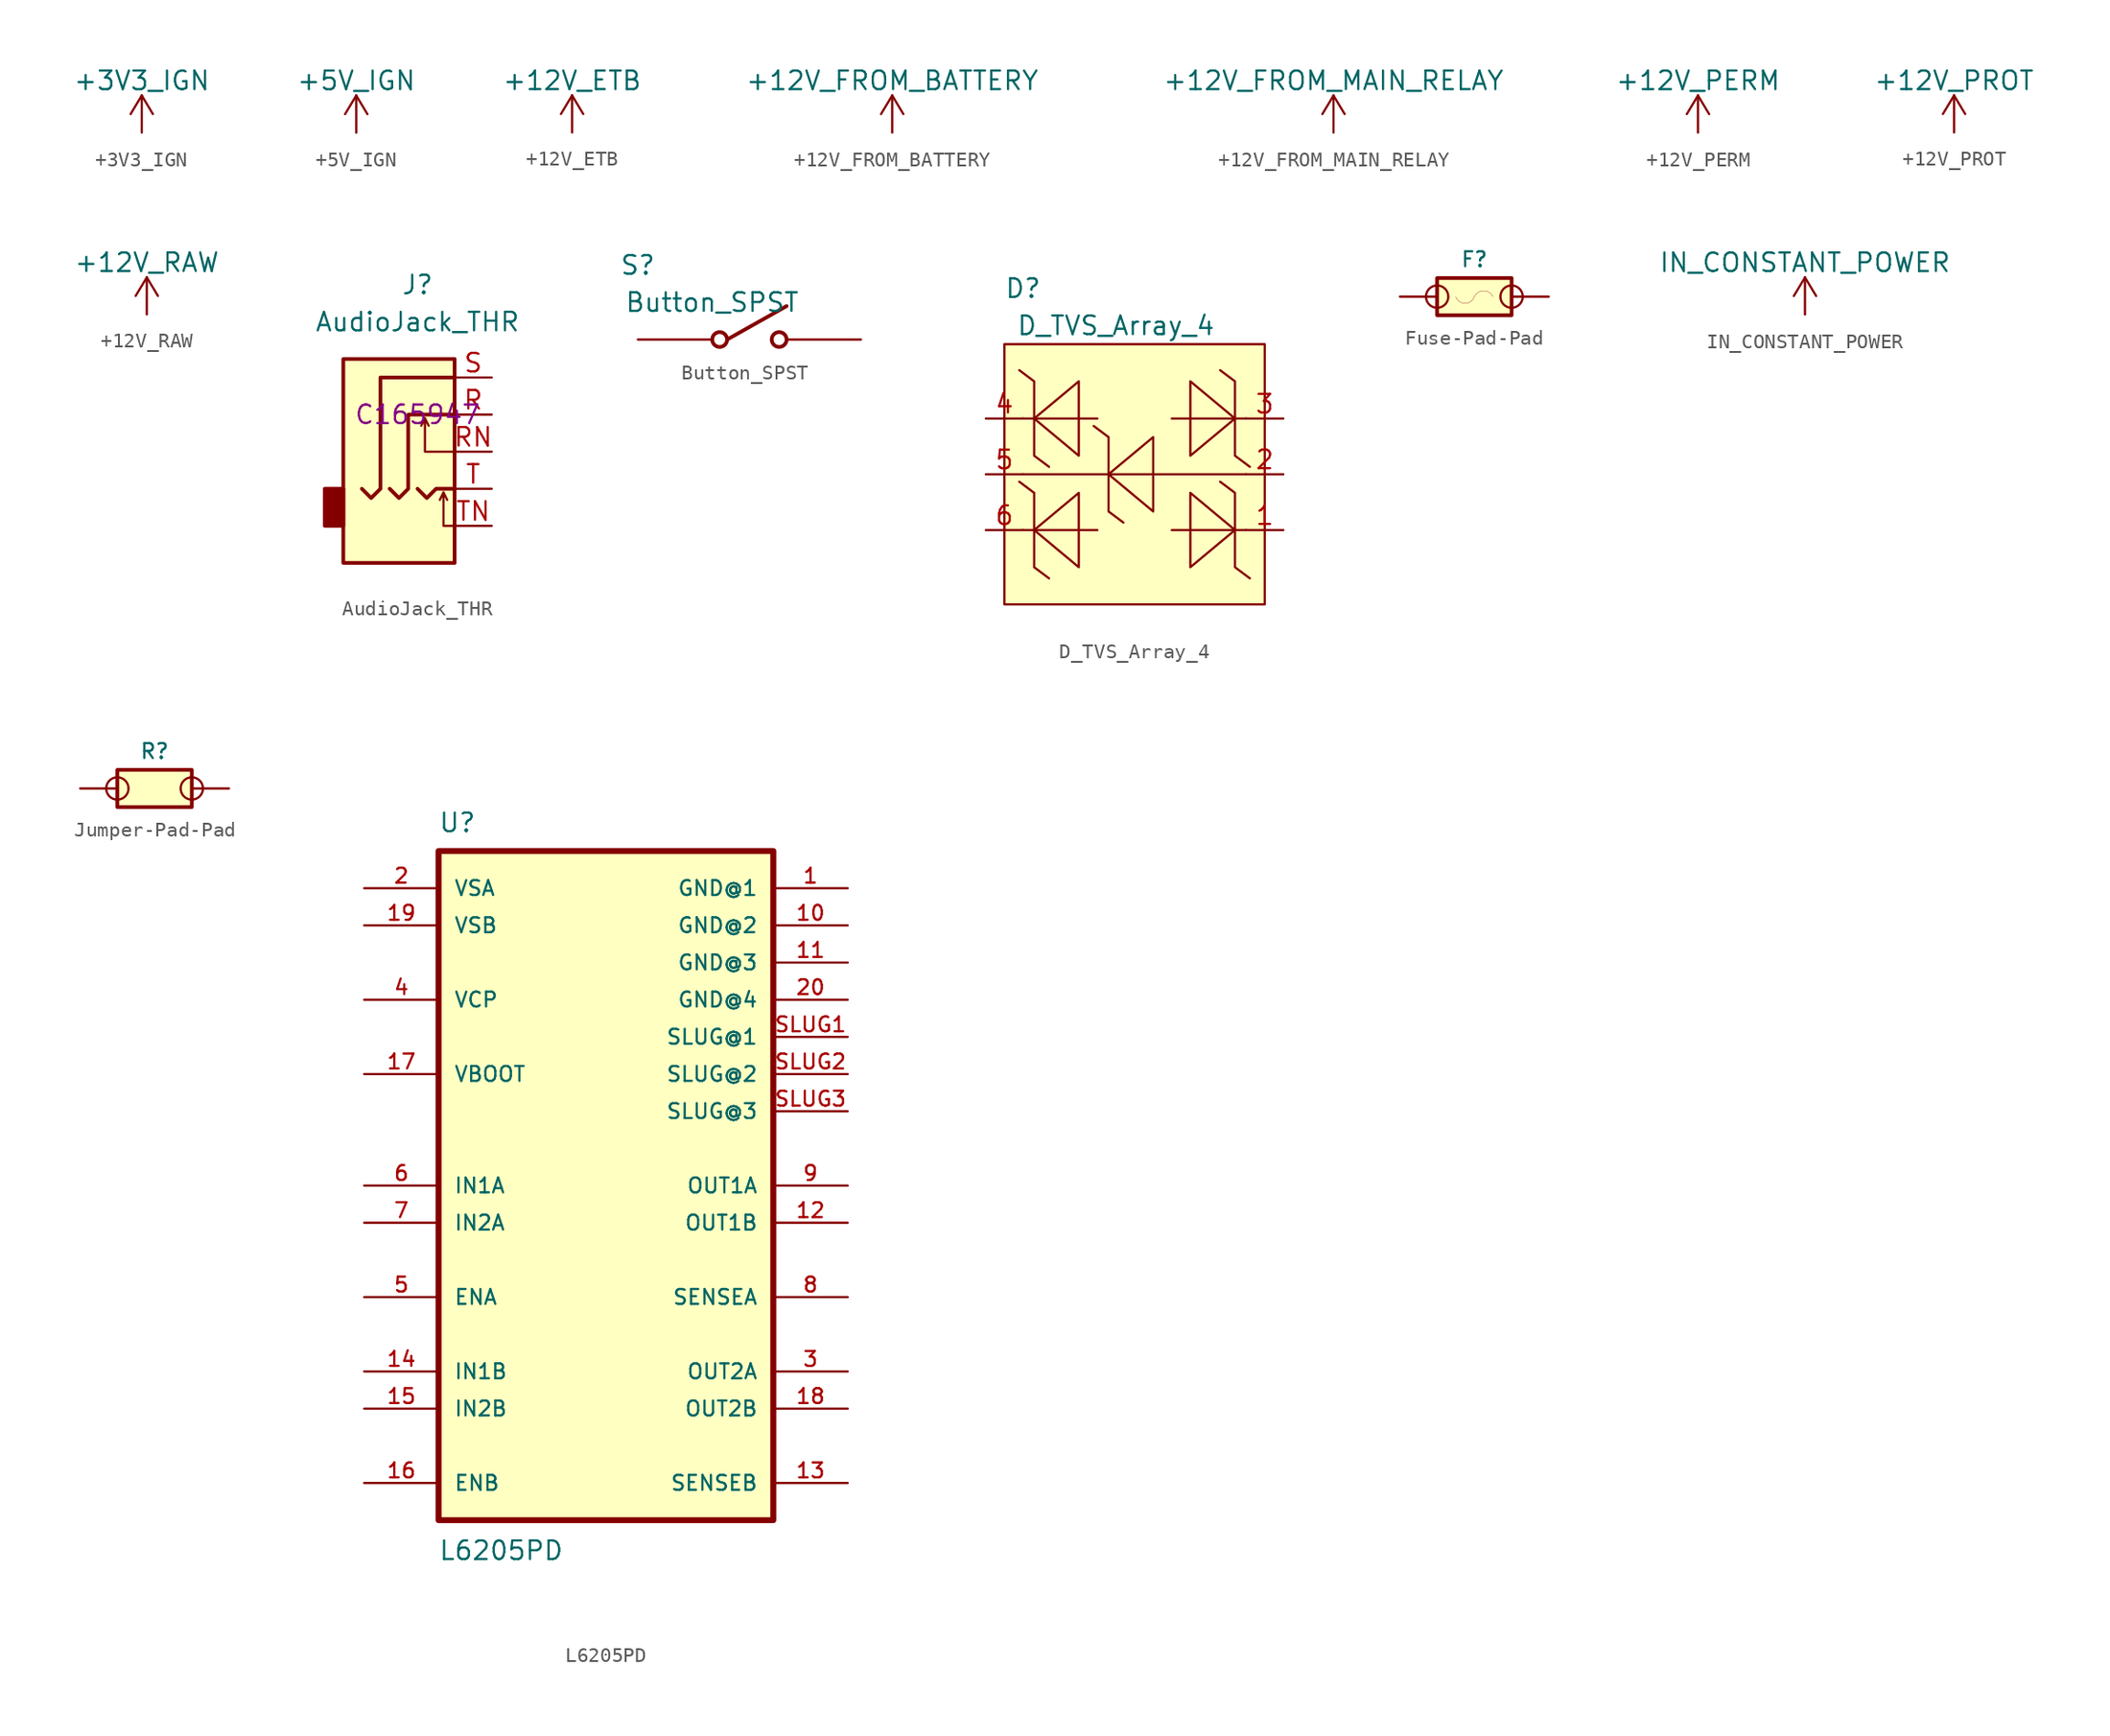
<source format=kicad_sym>
(kicad_symbol_lib
  (version 20231120)
  (generator "kicad_symbol_editor")
  (generator_version "8.0")
  (symbol "+3V3_IGN"
    (power)
    (pin_names
      (offset 0))
    (property "Reference" "#PWR"
      (at 0 -3.81 0)
      (effects (font (size 1.27 1.27)) (hide yes)))
    (property "Value" "+3V3_IGN"
      (at 0 3.556 0)
      (effects (font (size 1.27 1.27))))
    (symbol "+3V3_IGN_0_1"
      (polyline (pts (xy -0.762 1.27) (xy 0 2.54)) (stroke (width 0) (type default)) (fill (type none)))
      (polyline (pts (xy 0 0) (xy 0 2.54)) (stroke (width 0) (type default)) (fill (type none)))
      (polyline (pts (xy 0 2.54) (xy 0.762 1.27)) (stroke (width 0) (type default)) (fill (type none))))
    (symbol "+3V3_IGN_1_1"
      (pin power_in line (at 0 0 90) (length 0) hide (name "+3V3_IGN" (effects (font (size 1.27 1.27)))) (number "1" (effects (font (size 1.27 1.27)))))))
  (symbol "+5V_IGN"
    (power)
    (pin_names
      (offset 0))
    (property "Reference" "#PWR"
      (at 0 -3.81 0)
      (effects (font (size 1.27 1.27)) (hide yes)))
    (property "Value" "+5V_IGN"
      (at 0 3.556 0)
      (effects (font (size 1.27 1.27))))
    (symbol "+5V_IGN_0_1"
      (polyline (pts (xy -0.762 1.27) (xy 0 2.54)) (stroke (width 0) (type default)) (fill (type none)))
      (polyline (pts (xy 0 0) (xy 0 2.54)) (stroke (width 0) (type default)) (fill (type none)))
      (polyline (pts (xy 0 2.54) (xy 0.762 1.27)) (stroke (width 0) (type default)) (fill (type none))))
    (symbol "+5V_IGN_1_1"
      (pin power_in line (at 0 0 90) (length 0) hide (name "+5V_IGN" (effects (font (size 1.27 1.27)))) (number "1" (effects (font (size 1.27 1.27)))))))
  (symbol "+12V_ETB"
    (power)
    (pin_names
      (offset 0))
    (property "Reference" "#PWR"
      (at 0 -3.81 0)
      (effects (font (size 1.27 1.27)) (hide yes)))
    (property "Value" "+12V_ETB"
      (at 0 3.556 0)
      (effects (font (size 1.27 1.27))))
    (symbol "+12V_ETB_0_1"
      (polyline (pts (xy -0.762 1.27) (xy 0 2.54)) (stroke (width 0) (type default)) (fill (type none)))
      (polyline (pts (xy 0 0) (xy 0 2.54)) (stroke (width 0) (type default)) (fill (type none)))
      (polyline (pts (xy 0 2.54) (xy 0.762 1.27)) (stroke (width 0) (type default)) (fill (type none))))
    (symbol "+12V_ETB_1_1"
      (pin power_in line (at 0 0 90) (length 0) hide (name "+12V_ETB" (effects (font (size 1.27 1.27)))) (number "1" (effects (font (size 1.27 1.27)))))))
  (symbol "+12V_FROM_BATTERY"
    (power)
    (pin_names
      (offset 0))
    (property "Reference" "#PWR"
      (at 0 -3.81 0)
      (effects (font (size 1.27 1.27)) (hide yes)))
    (property "Value" "+12V_FROM_BATTERY"
      (at 0 3.556 0)
      (effects (font (size 1.27 1.27))))
    (symbol "+12V_FROM_BATTERY_0_1"
      (polyline (pts (xy -0.762 1.27) (xy 0 2.54)) (stroke (width 0) (type default)) (fill (type none)))
      (polyline (pts (xy 0 0) (xy 0 2.54)) (stroke (width 0) (type default)) (fill (type none)))
      (polyline (pts (xy 0 2.54) (xy 0.762 1.27)) (stroke (width 0) (type default)) (fill (type none))))
    (symbol "+12V_FROM_BATTERY_1_1"
      (pin power_in line (at 0 0 90) (length 0) hide (name "+12V_FROM_BATTERY" (effects (font (size 1.27 1.27)))) (number "1" (effects (font (size 1.27 1.27)))))))
  (symbol "+12V_FROM_MAIN_RELAY"
    (power)
    (pin_names
      (offset 0))
    (property "Reference" "#PWR"
      (at 0 -3.81 0)
      (effects (font (size 1.27 1.27)) (hide yes)))
    (property "Value" "+12V_FROM_MAIN_RELAY"
      (at 0 3.556 0)
      (effects (font (size 1.27 1.27))))
    (symbol "+12V_FROM_MAIN_RELAY_0_1"
      (polyline (pts (xy -0.762 1.27) (xy 0 2.54)) (stroke (width 0) (type default)) (fill (type none)))
      (polyline (pts (xy 0 0) (xy 0 2.54)) (stroke (width 0) (type default)) (fill (type none)))
      (polyline (pts (xy 0 2.54) (xy 0.762 1.27)) (stroke (width 0) (type default)) (fill (type none))))
    (symbol "+12V_FROM_MAIN_RELAY_1_1"
      (pin power_in line (at 0 0 90) (length 0) hide (name "+12V_FROM_MAIN_RELAY" (effects (font (size 1.27 1.27)))) (number "1" (effects (font (size 1.27 1.27)))))))
  (symbol "+12V_PERM"
    (power)
    (pin_names
      (offset 0))
    (property "Reference" "#PWR"
      (at 0 -3.81 0)
      (effects (font (size 1.27 1.27)) (hide yes)))
    (property "Value" "+12V_PERM"
      (at 0 3.556 0)
      (effects (font (size 1.27 1.27))))
    (symbol "+12V_PERM_0_1"
      (polyline (pts (xy -0.762 1.27) (xy 0 2.54)) (stroke (width 0) (type default)) (fill (type none)))
      (polyline (pts (xy 0 0) (xy 0 2.54)) (stroke (width 0) (type default)) (fill (type none)))
      (polyline (pts (xy 0 2.54) (xy 0.762 1.27)) (stroke (width 0) (type default)) (fill (type none))))
    (symbol "+12V_PERM_1_1"
      (pin power_in line (at 0 0 90) (length 0) hide (name "+12V_PERM" (effects (font (size 1.27 1.27)))) (number "1" (effects (font (size 1.27 1.27)))))))
  (symbol "+12V_PROT"
    (power)
    (pin_names
      (offset 0))
    (property "Reference" "#PWR"
      (at 0 -3.81 0)
      (effects (font (size 1.27 1.27)) (hide yes)))
    (property "Value" "+12V_PROT"
      (at 0 3.556 0)
      (effects (font (size 1.27 1.27))))
    (symbol "+12V_PROT_0_1"
      (polyline (pts (xy -0.762 1.27) (xy 0 2.54)) (stroke (width 0) (type default)) (fill (type none)))
      (polyline (pts (xy 0 0) (xy 0 2.54)) (stroke (width 0) (type default)) (fill (type none)))
      (polyline (pts (xy 0 2.54) (xy 0.762 1.27)) (stroke (width 0) (type default)) (fill (type none))))
    (symbol "+12V_PROT_1_1"
      (pin power_in line (at 0 0 90) (length 0) hide (name "+12V_PROT" (effects (font (size 1.27 1.27)))) (number "1" (effects (font (size 1.27 1.27)))))))
  (symbol "+12V_RAW"
    (power)
    (pin_names
      (offset 0))
    (property "Reference" "#PWR"
      (at 0 -3.81 0)
      (effects (font (size 1.27 1.27)) (hide yes)))
    (property "Value" "+12V_RAW"
      (at 0 3.556 0)
      (effects (font (size 1.27 1.27))))
    (symbol "+12V_RAW_0_1"
      (polyline (pts (xy -0.762 1.27) (xy 0 2.54)) (stroke (width 0) (type default)) (fill (type none)))
      (polyline (pts (xy 0 0) (xy 0 2.54)) (stroke (width 0) (type default)) (fill (type none)))
      (polyline (pts (xy 0 2.54) (xy 0.762 1.27)) (stroke (width 0) (type default)) (fill (type none))))
    (symbol "+12V_RAW_1_1"
      (pin power_in line (at 0 0 90) (length 0) hide (name "+12V_RAW" (effects (font (size 1.27 1.27)))) (number "1" (effects (font (size 1.27 1.27)))))))
  (symbol "AudioJack_THR"
    (property "Reference" "J"
      (at 0 8.89 0)
      (effects (font (size 1.27 1.27))))
    (property "Value" "AudioJack_THR"
      (at 0 6.35 0)
      (effects (font (size 1.27 1.27))))
    (property "LCSC" "C165947"
      (at 0 0 0)
      (effects (font (size 1.27 1.27))))
    (symbol "AudioJack_THR_0_1"
      (rectangle (start -5.08 -5.08) (end -6.35 -7.62) (stroke (width 0.254) (type default)) (fill (type outline)))
      (polyline (pts (xy 0.508 -0.254) (xy 0.762 -0.762)) (stroke (width 0) (type default)) (fill (type none)))
      (polyline (pts (xy 1.778 -5.334) (xy 2.032 -5.842)) (stroke (width 0) (type default)) (fill (type none)))
      (polyline (pts (xy 0 -5.08) (xy 0.635 -5.715) (xy 1.27 -5.08) (xy 2.54 -5.08)) (stroke (width 0.254) (type default)) (fill (type none)))
      (polyline (pts (xy 2.54 -7.62) (xy 1.778 -7.62) (xy 1.778 -5.334) (xy 1.524 -5.842)) (stroke (width 0) (type default)) (fill (type none)))
      (polyline (pts (xy 2.54 -2.54) (xy 0.508 -2.54) (xy 0.508 -0.254) (xy 0.254 -0.762)) (stroke (width 0) (type default)) (fill (type none)))
      (polyline (pts (xy -1.905 -5.08) (xy -1.27 -5.715) (xy -0.635 -5.08) (xy -0.635 0) (xy 2.54 0)) (stroke (width 0.254) (type default)) (fill (type none)))
      (polyline (pts (xy 2.54 2.54) (xy -2.54 2.54) (xy -2.54 -5.08) (xy -3.175 -5.715) (xy -3.81 -5.08)) (stroke (width 0.254) (type default)) (fill (type none)))
      (rectangle (start 2.54 3.81) (end -5.08 -10.16) (stroke (width 0.254) (type default)) (fill (type background))))
    (symbol "AudioJack_THR_1_1"
      (pin passive line (at 5.08 0 180) (length 2.54) (name "~" (effects (font (size 1.27 1.27)))) (number "R" (effects (font (size 1.27 1.27)))))
      (pin passive line (at 5.08 -2.54 180) (length 2.54) (name "~" (effects (font (size 1.27 1.27)))) (number "RN" (effects (font (size 1.27 1.27)))))
      (pin passive line (at 5.08 2.54 180) (length 2.54) (name "~" (effects (font (size 1.27 1.27)))) (number "S" (effects (font (size 1.27 1.27)))))
      (pin passive line (at 5.08 -5.08 180) (length 2.54) (name "~" (effects (font (size 1.27 1.27)))) (number "T" (effects (font (size 1.27 1.27)))))
      (pin passive line (at 5.08 -7.62 180) (length 2.54) (name "~" (effects (font (size 1.27 1.27)))) (number "TN" (effects (font (size 1.27 1.27)))))))
  (symbol "Button_SPST"
    (pin_numbers hide)
    (property "Reference" "S"
      (at -5.08 2.54 0)
      (effects (font (size 1.27 1.27))))
    (property "Value" "Button_SPST"
      (at 0 0 0)
      (effects (font (size 1.27 1.27))))
    (symbol "Button_SPST_1_0"
      (polyline (pts (xy 1.016 -2.54) (xy 5.08 -0.254)) (stroke (width 0.254) (type default)) (fill (type none)))
      (circle (center 0.508 -2.54) (radius 0.508) (stroke (width 0.254) (type default)) (fill (type none)))
      (circle (center 4.572 -2.54) (radius 0.508) (stroke (width 0.254) (type default)) (fill (type none)))
      (pin passive line (at -5.08 -2.54 0) (length 5.08) (name "" (effects (font (size 1.27 1.27)))) (number "1" (effects (font (size 1.27 1.27)))))
      (pin passive line (at 10.16 -2.54 180) (length 5.08) (name "" (effects (font (size 1.27 1.27)))) (number "2" (effects (font (size 1.27 1.27)))))))
  (symbol "D_TVS_Array_4"
    (property "Reference" "D"
      (at 2.54 12.7 0)
      (effects (font (size 1.27 1.27))))
    (property "Value" "D_TVS_Array_4"
      (at 8.89 10.16 0)
      (effects (font (size 1.27 1.27))))
    (symbol "D_TVS_Array_4_1_0"
      (polyline (pts (xy 2.54 -3.81) (xy 7.62 -3.81)) (stroke (width 0) (type default)) (fill (type none)))
      (polyline (pts (xy 2.54 0) (xy 17.78 0)) (stroke (width 0) (type default)) (fill (type none)))
      (polyline (pts (xy 2.54 3.81) (xy 7.62 3.81)) (stroke (width 0) (type default)) (fill (type none)))
      (polyline (pts (xy 12.7 -3.81) (xy 17.78 -3.81)) (stroke (width 0) (type default)) (fill (type none)))
      (polyline (pts (xy 12.7 3.81) (xy 17.78 3.81)) (stroke (width 0) (type default)) (fill (type none)))
      (polyline (pts (xy 2.286 -0.508) (xy 3.302 -1.27) (xy 3.302 -6.35) (xy 4.318 -7.112)) (stroke (width 0) (type default)) (fill (type none)))
      (polyline (pts (xy 2.286 7.112) (xy 3.302 6.35) (xy 3.302 1.27) (xy 4.318 0.508)) (stroke (width 0) (type default)) (fill (type none)))
      (polyline (pts (xy 6.35 -1.27) (xy 3.302 -3.81) (xy 6.35 -6.35) (xy 6.35 -1.27)) (stroke (width 0) (type default)) (fill (type none)))
      (polyline (pts (xy 6.35 6.35) (xy 3.302 3.81) (xy 6.35 1.27) (xy 6.35 6.35)) (stroke (width 0) (type default)) (fill (type none)))
      (polyline (pts (xy 7.366 3.302) (xy 8.382 2.54) (xy 8.382 -2.54) (xy 9.398 -3.302)) (stroke (width 0) (type default)) (fill (type none)))
      (polyline (pts (xy 11.43 2.54) (xy 8.382 0) (xy 11.43 -2.54) (xy 11.43 2.54)) (stroke (width 0) (type default)) (fill (type none)))
      (polyline (pts (xy 13.97 -6.35) (xy 17.018 -3.81) (xy 13.97 -1.27) (xy 13.97 -6.35)) (stroke (width 0) (type default)) (fill (type none)))
      (polyline (pts (xy 13.97 1.27) (xy 17.018 3.81) (xy 13.97 6.35) (xy 13.97 1.27)) (stroke (width 0) (type default)) (fill (type none)))
      (polyline (pts (xy 18.034 -7.112) (xy 17.018 -6.35) (xy 17.018 -1.27) (xy 16.002 -0.508)) (stroke (width 0) (type default)) (fill (type none)))
      (polyline (pts (xy 18.034 0.508) (xy 17.018 1.27) (xy 17.018 6.35) (xy 16.002 7.112)) (stroke (width 0) (type default)) (fill (type none)))
      (rectangle (start 19.05 8.89) (end 1.27 -8.89) (stroke (width 0) (type default)) (fill (type background)))
      (pin passive line (at 20.32 -3.81 180) (length 2.54) (name "" (effects (font (size 1.27 1.27)))) (number "1" (effects (font (size 1.27 1.27)))))
      (pin passive line (at 20.32 0 180) (length 2.54) (name "" (effects (font (size 1.27 1.27)))) (number "2" (effects (font (size 1.27 1.27)))))
      (pin passive line (at 20.32 3.81 180) (length 2.54) (name "" (effects (font (size 1.27 1.27)))) (number "3" (effects (font (size 1.27 1.27)))))
      (pin passive line (at 0 3.81 0) (length 2.54) (name "" (effects (font (size 1.27 1.27)))) (number "4" (effects (font (size 1.27 1.27)))))
      (pin passive line (at 0 0 0) (length 2.54) (name "" (effects (font (size 1.27 1.27)))) (number "5" (effects (font (size 1.27 1.27)))))
      (pin passive line (at 0 -3.81 0) (length 2.54) (name "" (effects (font (size 1.27 1.27)))) (number "6" (effects (font (size 1.27 1.27)))))))
  (symbol "Fuse-Pad-Pad"
    (pin_numbers hide)
    (pin_names
      (offset 0.762) hide)
    (property "Reference" "F"
      (at 0 2.54 0)
      (effects (font (size 1.016 1.016))))
    (symbol "Fuse-Pad-Pad_0_1"
      (circle (center -2.54 0) (radius 0.762) (stroke (width 0) (type default)) (fill (type none)))
      (arc (start -1.27 0) (mid -0.635 -0.4563) (end 0 0) (stroke (width 0.0005) (type default)) (fill (type none)))
      (arc (start 1.27 0) (mid 0.635 0.398) (end 0 0) (stroke (width 0.0005) (type default)) (fill (type none)))
      (circle (center 2.54 0) (radius 0.762) (stroke (width 0) (type default)) (fill (type none)))
      (pin passive line (at -5.08 0 0) (length 2.54) (name "1" (effects (font (size 1.524 1.524)))) (number "1" (effects (font (size 1.524 1.524)))))
      (pin passive line (at 5.08 0 180) (length 2.54) (name "2" (effects (font (size 1.524 1.524)))) (number "2" (effects (font (size 1.524 1.524))))))
    (symbol "Fuse-Pad-Pad_1_0"
      (rectangle (start -2.54 -1.27) (end 2.54 1.27) (stroke (width 0.254) (type default)) (fill (type background)))))
  (symbol "IN_CONSTANT_POWER"
    (power)
    (pin_names
      (offset 0))
    (property "Reference" "#PWR"
      (at 0 -3.81 0)
      (effects (font (size 1.27 1.27)) (hide yes)))
    (property "Value" "IN_CONSTANT_POWER"
      (at 0 3.556 0)
      (effects (font (size 1.27 1.27))))
    (symbol "IN_CONSTANT_POWER_0_1"
      (polyline (pts (xy -0.762 1.27) (xy 0 2.54)) (stroke (width 0) (type default)) (fill (type none)))
      (polyline (pts (xy 0 0) (xy 0 2.54)) (stroke (width 0) (type default)) (fill (type none)))
      (polyline (pts (xy 0 2.54) (xy 0.762 1.27)) (stroke (width 0) (type default)) (fill (type none))))
    (symbol "IN_CONSTANT_POWER_1_1"
      (pin power_in line (at 0 0 90) (length 0) hide (name "IN_CONSTANT_POWER" (effects (font (size 1.27 1.27)))) (number "1" (effects (font (size 1.27 1.27)))))))
  (symbol "Jumper-Pad-Pad"
    (pin_numbers hide)
    (pin_names
      (offset 0.762) hide)
    (property "Reference" "R"
      (at 0 2.54 0)
      (effects (font (size 1.016 1.016))))
    (symbol "Jumper-Pad-Pad_0_1"
      (circle (center -2.54 0) (radius 0.762) (stroke (width 0) (type default)) (fill (type none)))
      (circle (center 2.54 0) (radius 0.762) (stroke (width 0) (type default)) (fill (type none)))
      (pin passive line (at -5.08 0 0) (length 2.54) (name "1" (effects (font (size 1.524 1.524)))) (number "1" (effects (font (size 1.524 1.524)))))
      (pin passive line (at 5.08 0 180) (length 2.54) (name "2" (effects (font (size 1.524 1.524)))) (number "2" (effects (font (size 1.524 1.524))))))
    (symbol "Jumper-Pad-Pad_1_0"
      (rectangle (start -2.54 -1.27) (end 2.54 1.27) (stroke (width 0.254) (type default)) (fill (type background)))))
  (symbol "L6205PD"
    (pin_names
      (offset 1.016))
    (property "Reference" "U"
      (at -10.185 24.054 0)
      (effects (font (size 1.27 1.27)) (justify left bottom)))
    (property "Value" "L6205PD"
      (at -10.185 -25.679 0)
      (effects (font (size 1.27 1.27)) (justify left bottom)))
    (symbol "L6205PD_0_0"
      (rectangle (start -10.16 -22.86) (end 12.7 22.86) (stroke (width 0.406) (type default)) (fill (type background)))
      (pin power_in line (at 17.78 20.32 180) (length 5.08) (name "GND@1" (effects (font (size 1.016 1.016)))) (number "1" (effects (font (size 1.016 1.016)))))
      (pin power_in line (at 17.78 17.78 180) (length 5.08) (name "GND@2" (effects (font (size 1.016 1.016)))) (number "10" (effects (font (size 1.016 1.016)))))
      (pin power_in line (at 17.78 15.24 180) (length 5.08) (name "GND@3" (effects (font (size 1.016 1.016)))) (number "11" (effects (font (size 1.016 1.016)))))
      (pin output line (at 17.78 -2.54 180) (length 5.08) (name "OUT1B" (effects (font (size 1.016 1.016)))) (number "12" (effects (font (size 1.016 1.016)))))
      (pin power_in line (at 17.78 -20.32 180) (length 5.08) (name "SENSEB" (effects (font (size 1.016 1.016)))) (number "13" (effects (font (size 1.016 1.016)))))
      (pin input line (at -15.24 -12.7 0) (length 5.08) (name "IN1B" (effects (font (size 1.016 1.016)))) (number "14" (effects (font (size 1.016 1.016)))))
      (pin input line (at -15.24 -15.24 0) (length 5.08) (name "IN2B" (effects (font (size 1.016 1.016)))) (number "15" (effects (font (size 1.016 1.016)))))
      (pin bidirectional line (at -15.24 -20.32 0) (length 5.08) (name "ENB" (effects (font (size 1.016 1.016)))) (number "16" (effects (font (size 1.016 1.016)))))
      (pin passive line (at -15.24 7.62 0) (length 5.08) (name "VBOOT" (effects (font (size 1.016 1.016)))) (number "17" (effects (font (size 1.016 1.016)))))
      (pin output line (at 17.78 -15.24 180) (length 5.08) (name "OUT2B" (effects (font (size 1.016 1.016)))) (number "18" (effects (font (size 1.016 1.016)))))
      (pin power_in line (at -15.24 17.78 0) (length 5.08) (name "VSB" (effects (font (size 1.016 1.016)))) (number "19" (effects (font (size 1.016 1.016)))))
      (pin power_in line (at -15.24 20.32 0) (length 5.08) (name "VSA" (effects (font (size 1.016 1.016)))) (number "2" (effects (font (size 1.016 1.016)))))
      (pin power_in line (at 17.78 12.7 180) (length 5.08) (name "GND@4" (effects (font (size 1.016 1.016)))) (number "20" (effects (font (size 1.016 1.016)))))
      (pin output line (at 17.78 -12.7 180) (length 5.08) (name "OUT2A" (effects (font (size 1.016 1.016)))) (number "3" (effects (font (size 1.016 1.016)))))
      (pin passive line (at -15.24 12.7 0) (length 5.08) (name "VCP" (effects (font (size 1.016 1.016)))) (number "4" (effects (font (size 1.016 1.016)))))
      (pin bidirectional line (at -15.24 -7.62 0) (length 5.08) (name "ENA" (effects (font (size 1.016 1.016)))) (number "5" (effects (font (size 1.016 1.016)))))
      (pin input line (at -15.24 0 0) (length 5.08) (name "IN1A" (effects (font (size 1.016 1.016)))) (number "6" (effects (font (size 1.016 1.016)))))
      (pin input line (at -15.24 -2.54 0) (length 5.08) (name "IN2A" (effects (font (size 1.016 1.016)))) (number "7" (effects (font (size 1.016 1.016)))))
      (pin power_in line (at 17.78 -7.62 180) (length 5.08) (name "SENSEA" (effects (font (size 1.016 1.016)))) (number "8" (effects (font (size 1.016 1.016)))))
      (pin output line (at 17.78 0 180) (length 5.08) (name "OUT1A" (effects (font (size 1.016 1.016)))) (number "9" (effects (font (size 1.016 1.016)))))
      (pin power_in line (at 17.78 10.16 180) (length 5.08) (name "SLUG@1" (effects (font (size 1.016 1.016)))) (number "SLUG1" (effects (font (size 1.016 1.016)))))
      (pin power_in line (at 17.78 7.62 180) (length 5.08) (name "SLUG@2" (effects (font (size 1.016 1.016)))) (number "SLUG2" (effects (font (size 1.016 1.016)))))
      (pin power_in line (at 17.78 5.08 180) (length 5.08) (name "SLUG@3" (effects (font (size 1.016 1.016)))) (number "SLUG3" (effects (font (size 1.016 1.016))))))))
</source>
